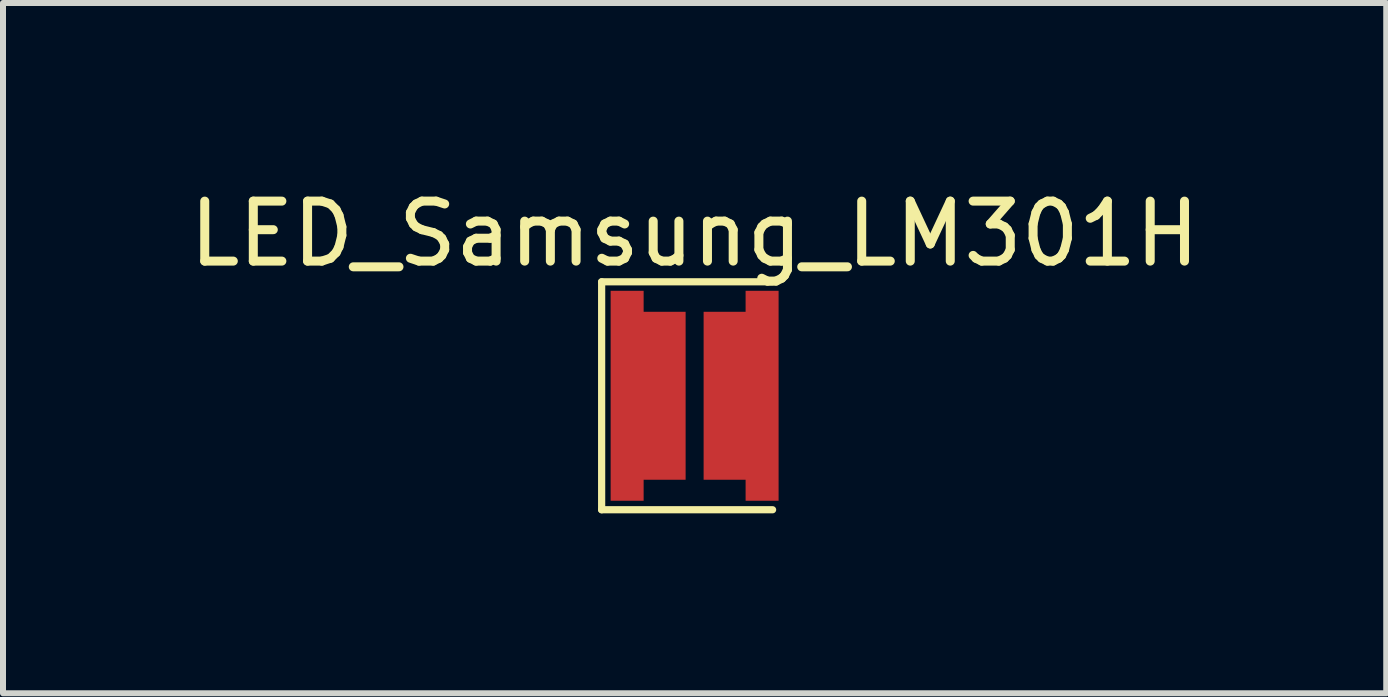
<source format=kicad_pcb>
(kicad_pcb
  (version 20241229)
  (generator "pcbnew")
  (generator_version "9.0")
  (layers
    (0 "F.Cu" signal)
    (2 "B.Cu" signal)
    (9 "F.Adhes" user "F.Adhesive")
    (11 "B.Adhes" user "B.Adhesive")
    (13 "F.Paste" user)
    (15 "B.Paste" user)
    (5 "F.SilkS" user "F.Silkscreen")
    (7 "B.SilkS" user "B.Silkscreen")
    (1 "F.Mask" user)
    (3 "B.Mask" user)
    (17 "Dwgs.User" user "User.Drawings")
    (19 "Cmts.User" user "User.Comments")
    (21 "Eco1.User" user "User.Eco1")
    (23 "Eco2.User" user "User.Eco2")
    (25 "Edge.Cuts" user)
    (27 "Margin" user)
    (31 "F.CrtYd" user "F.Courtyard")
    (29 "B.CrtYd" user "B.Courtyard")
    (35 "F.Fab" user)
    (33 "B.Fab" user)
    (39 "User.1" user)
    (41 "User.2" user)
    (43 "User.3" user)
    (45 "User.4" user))
  (footprint "LED_Samsung_LM301H"
    (layer "F.Cu")
    (at 8.53 3.548)
    (property "Reference" "LED_Samsung_LM301H" (at 0 -2.7 0) (layer "F.SilkS") (effects (font (size 1 1) (thickness 0.15))))
    (attr through_hole)
    (fp_line (start -1.55 -1.9) (end -1.55 1.9) (stroke (width 0.12) (type solid)) (layer "F.SilkS"))
    (fp_line (start -1.55 1.9) (end 1.3 1.9) (stroke (width 0.12) (type solid)) (layer "F.SilkS"))
    (fp_line (start 1.3 -1.9) (end -1.55 -1.9) (stroke (width 0.12) (type solid)) (layer "F.SilkS"))
    (pad "1" smd rect (at -1.125 0) (size 0.55 3.5) (layers "F.Cu" "F.Mask" "F.Paste"))
    (pad "1" smd rect (at -0.65 0) (size 1 2.8) (layers "F.Cu" "F.Mask" "F.Paste"))
    (pad "2" smd rect (at 0.65 0 180) (size 1 2.8) (layers "F.Cu" "F.Mask" "F.Paste"))
    (pad "2" smd rect (at 1.125 0 180) (size 0.55 3.5) (layers "F.Cu" "F.Mask" "F.Paste")))
  (gr_rect
    (start -3 -3)
    (end 20.06 8.508)
    (stroke (width 0.1) (type default))
    (fill no)
    (layer "Edge.Cuts")))
</source>
